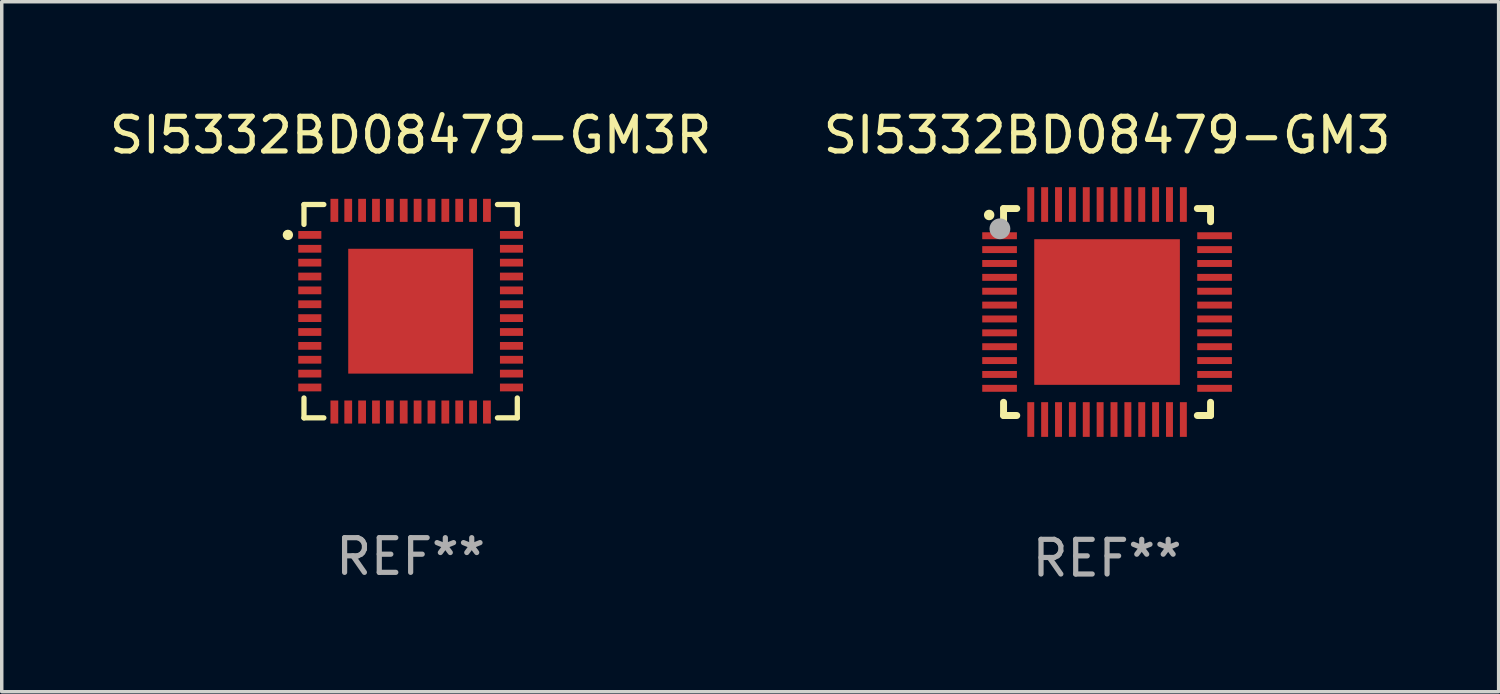
<source format=kicad_pcb>
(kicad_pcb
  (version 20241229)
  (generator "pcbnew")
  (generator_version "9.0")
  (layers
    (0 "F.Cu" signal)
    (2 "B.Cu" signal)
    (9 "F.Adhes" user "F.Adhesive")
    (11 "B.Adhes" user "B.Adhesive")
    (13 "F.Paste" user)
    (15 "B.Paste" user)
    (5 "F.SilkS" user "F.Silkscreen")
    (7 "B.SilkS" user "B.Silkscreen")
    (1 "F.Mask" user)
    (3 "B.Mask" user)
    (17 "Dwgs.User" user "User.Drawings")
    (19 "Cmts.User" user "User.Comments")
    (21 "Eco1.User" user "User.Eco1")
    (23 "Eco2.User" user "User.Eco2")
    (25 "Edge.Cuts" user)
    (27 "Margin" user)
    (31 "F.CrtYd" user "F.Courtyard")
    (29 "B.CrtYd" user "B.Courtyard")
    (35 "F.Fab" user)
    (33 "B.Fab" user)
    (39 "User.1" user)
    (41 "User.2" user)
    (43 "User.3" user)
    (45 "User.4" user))
  (footprint "SI5332BD08479-GM3R"
    (layer "F.Cu")
    (at 8.792 5.924)
    (property "Reference" "SI5332BD08479-GM3R" (at 0 -5.076 0) (layer "F.SilkS") (effects (font (size 1 1) (thickness 0.15))))
    (attr through_hole)
    (fp_line (start -3.076 -3.076) (end -3.076 -2.503) (stroke (width 0.152) (type solid)) (layer "F.SilkS"))
    (fp_line (start -3.076 3.076) (end -3.076 2.503) (stroke (width 0.152) (type solid)) (layer "F.SilkS"))
    (fp_line (start -2.503 -3.076) (end -3.076 -3.076) (stroke (width 0.152) (type solid)) (layer "F.SilkS"))
    (fp_line (start -2.503 3.076) (end -3.076 3.076) (stroke (width 0.152) (type solid)) (layer "F.SilkS"))
    (fp_line (start 2.503 -3.076) (end 3.076 -3.076) (stroke (width 0.152) (type solid)) (layer "F.SilkS"))
    (fp_line (start 2.503 3.076) (end 3.076 3.076) (stroke (width 0.152) (type solid)) (layer "F.SilkS"))
    (fp_line (start 3.076 -3.076) (end 3.076 -2.503) (stroke (width 0.152) (type solid)) (layer "F.SilkS"))
    (fp_line (start 3.076 3.076) (end 3.076 2.503) (stroke (width 0.152) (type solid)) (layer "F.SilkS"))
    (fp_circle (center -3.54 -2.2) (end -3.465 -2.2) (stroke (width 0.15) (type solid)) (fill no) (layer "F.SilkS"))
    (fp_text user "REF**" (at 0 7.076 0) (layer "F.Fab") (effects (font (size 1 1) (thickness 0.15))))
    (pad "1" smd rect (at -2.908 -2.2) (size 0.665 0.224) (layers "F.Cu" "F.Mask" "F.Paste"))
    (pad "2" smd rect (at -2.908 -1.8) (size 0.665 0.224) (layers "F.Cu" "F.Mask" "F.Paste"))
    (pad "3" smd rect (at -2.908 -1.4) (size 0.665 0.224) (layers "F.Cu" "F.Mask" "F.Paste"))
    (pad "4" smd rect (at -2.908 -1) (size 0.665 0.224) (layers "F.Cu" "F.Mask" "F.Paste"))
    (pad "5" smd rect (at -2.908 -0.6) (size 0.665 0.224) (layers "F.Cu" "F.Mask" "F.Paste"))
    (pad "6" smd rect (at -2.908 -0.2) (size 0.665 0.224) (layers "F.Cu" "F.Mask" "F.Paste"))
    (pad "7" smd rect (at -2.908 0.2) (size 0.665 0.224) (layers "F.Cu" "F.Mask" "F.Paste"))
    (pad "8" smd rect (at -2.908 0.6) (size 0.665 0.224) (layers "F.Cu" "F.Mask" "F.Paste"))
    (pad "9" smd rect (at -2.908 1) (size 0.665 0.224) (layers "F.Cu" "F.Mask" "F.Paste"))
    (pad "10" smd rect (at -2.908 1.4) (size 0.665 0.224) (layers "F.Cu" "F.Mask" "F.Paste"))
    (pad "11" smd rect (at -2.908 1.8) (size 0.665 0.224) (layers "F.Cu" "F.Mask" "F.Paste"))
    (pad "12" smd rect (at -2.908 2.2) (size 0.665 0.224) (layers "F.Cu" "F.Mask" "F.Paste"))
    (pad "13" smd rect (at -2.2 2.908) (size 0.224 0.665) (layers "F.Cu" "F.Mask" "F.Paste"))
    (pad "14" smd rect (at -1.8 2.908) (size 0.224 0.665) (layers "F.Cu" "F.Mask" "F.Paste"))
    (pad "15" smd rect (at -1.4 2.908) (size 0.224 0.665) (layers "F.Cu" "F.Mask" "F.Paste"))
    (pad "16" smd rect (at -1 2.908) (size 0.224 0.665) (layers "F.Cu" "F.Mask" "F.Paste"))
    (pad "17" smd rect (at -0.6 2.908) (size 0.224 0.665) (layers "F.Cu" "F.Mask" "F.Paste"))
    (pad "18" smd rect (at -0.2 2.908) (size 0.224 0.665) (layers "F.Cu" "F.Mask" "F.Paste"))
    (pad "19" smd rect (at 0.2 2.908) (size 0.224 0.665) (layers "F.Cu" "F.Mask" "F.Paste"))
    (pad "20" smd rect (at 0.6 2.908) (size 0.224 0.665) (layers "F.Cu" "F.Mask" "F.Paste"))
    (pad "21" smd rect (at 1 2.908) (size 0.224 0.665) (layers "F.Cu" "F.Mask" "F.Paste"))
    (pad "22" smd rect (at 1.4 2.908) (size 0.224 0.665) (layers "F.Cu" "F.Mask" "F.Paste"))
    (pad "23" smd rect (at 1.8 2.908) (size 0.224 0.665) (layers "F.Cu" "F.Mask" "F.Paste"))
    (pad "24" smd rect (at 2.2 2.908) (size 0.224 0.665) (layers "F.Cu" "F.Mask" "F.Paste"))
    (pad "25" smd rect (at 2.908 2.2) (size 0.665 0.224) (layers "F.Cu" "F.Mask" "F.Paste"))
    (pad "26" smd rect (at 2.908 1.8) (size 0.665 0.224) (layers "F.Cu" "F.Mask" "F.Paste"))
    (pad "27" smd rect (at 2.908 1.4) (size 0.665 0.224) (layers "F.Cu" "F.Mask" "F.Paste"))
    (pad "28" smd rect (at 2.908 1) (size 0.665 0.224) (layers "F.Cu" "F.Mask" "F.Paste"))
    (pad "29" smd rect (at 2.908 0.6) (size 0.665 0.224) (layers "F.Cu" "F.Mask" "F.Paste"))
    (pad "30" smd rect (at 2.908 0.2) (size 0.665 0.224) (layers "F.Cu" "F.Mask" "F.Paste"))
    (pad "31" smd rect (at 2.908 -0.2) (size 0.665 0.224) (layers "F.Cu" "F.Mask" "F.Paste"))
    (pad "32" smd rect (at 2.908 -0.6) (size 0.665 0.224) (layers "F.Cu" "F.Mask" "F.Paste"))
    (pad "33" smd rect (at 2.908 -1) (size 0.665 0.224) (layers "F.Cu" "F.Mask" "F.Paste"))
    (pad "34" smd rect (at 2.908 -1.4) (size 0.665 0.224) (layers "F.Cu" "F.Mask" "F.Paste"))
    (pad "35" smd rect (at 2.908 -1.8) (size 0.665 0.224) (layers "F.Cu" "F.Mask" "F.Paste"))
    (pad "36" smd rect (at 2.908 -2.2) (size 0.665 0.224) (layers "F.Cu" "F.Mask" "F.Paste"))
    (pad "37" smd rect (at 2.2 -2.908) (size 0.224 0.665) (layers "F.Cu" "F.Mask" "F.Paste"))
    (pad "38" smd rect (at 1.8 -2.908) (size 0.224 0.665) (layers "F.Cu" "F.Mask" "F.Paste"))
    (pad "39" smd rect (at 1.4 -2.908) (size 0.224 0.665) (layers "F.Cu" "F.Mask" "F.Paste"))
    (pad "40" smd rect (at 1 -2.908) (size 0.224 0.665) (layers "F.Cu" "F.Mask" "F.Paste"))
    (pad "41" smd rect (at 0.6 -2.908) (size 0.224 0.665) (layers "F.Cu" "F.Mask" "F.Paste"))
    (pad "42" smd rect (at 0.2 -2.908) (size 0.224 0.665) (layers "F.Cu" "F.Mask" "F.Paste"))
    (pad "43" smd rect (at -0.2 -2.908) (size 0.224 0.665) (layers "F.Cu" "F.Mask" "F.Paste"))
    (pad "44" smd rect (at -0.6 -2.908) (size 0.224 0.665) (layers "F.Cu" "F.Mask" "F.Paste"))
    (pad "45" smd rect (at -1 -2.908) (size 0.224 0.665) (layers "F.Cu" "F.Mask" "F.Paste"))
    (pad "46" smd rect (at -1.4 -2.908) (size 0.224 0.665) (layers "F.Cu" "F.Mask" "F.Paste"))
    (pad "47" smd rect (at -1.8 -2.908) (size 0.224 0.665) (layers "F.Cu" "F.Mask" "F.Paste"))
    (pad "48" smd rect (at -2.2 -2.908) (size 0.224 0.665) (layers "F.Cu" "F.Mask" "F.Paste"))
    (pad "49" smd rect (at 0 0) (size 3.6 3.6) (layers "F.Cu" "F.Mask" "F.Paste")))
  (footprint "SI5332BD08479-GM3"
    (layer "F.Cu")
    (at 28.875 5.948)
    (property "Reference" "SI5332BD08479-GM3" (at 0 -5.1 0) (layer "F.SilkS") (effects (font (size 1 1) (thickness 0.15))))
    (attr through_hole)
    (fp_line (start -2.985 -2.985) (end -2.604 -2.985) (stroke (width 0.2) (type solid)) (layer "F.SilkS"))
    (fp_line (start -2.985 -2.604) (end -2.985 -2.985) (stroke (width 0.2) (type solid)) (layer "F.SilkS"))
    (fp_line (start -2.985 2.984) (end -2.985 2.603) (stroke (width 0.2) (type solid)) (layer "F.SilkS"))
    (fp_line (start -2.604 2.984) (end -2.985 2.984) (stroke (width 0.2) (type solid)) (layer "F.SilkS"))
    (fp_line (start 2.603 -2.985) (end 2.984 -2.985) (stroke (width 0.2) (type solid)) (layer "F.SilkS"))
    (fp_line (start 2.984 -2.985) (end 2.984 -2.604) (stroke (width 0.2) (type solid)) (layer "F.SilkS"))
    (fp_line (start 2.984 2.603) (end 2.984 2.984) (stroke (width 0.2) (type solid)) (layer "F.SilkS"))
    (fp_line (start 2.984 2.984) (end 2.603 2.984) (stroke (width 0.2) (type solid)) (layer "F.SilkS"))
    (fp_arc (start -3.400076 -2.797562) (mid -3.400081 -2.798806) (end -3.400076 -2.800051) (stroke (width 0.3) (type solid)) (layer "F.SilkS"))
    (fp_circle (center -3 -3) (end -2.97 -3) (stroke (width 0.06) (type solid)) (fill no) (layer "F.SilkS"))
    (fp_circle (center -3.09 -2.4) (end -2.94 -2.4) (stroke (width 0.3) (type solid)) (fill no) (layer "F.Fab"))
    (fp_text user "REF**" (at 0 7.1 0) (layer "F.Fab") (effects (font (size 1 1) (thickness 0.15))))
    (pad "1" smd rect (at -3.1 -2.2) (size 1 0.2) (layers "F.Cu" "F.Mask" "F.Paste"))
    (pad "2" smd rect (at -3.1 -1.8) (size 1 0.2) (layers "F.Cu" "F.Mask" "F.Paste"))
    (pad "3" smd rect (at -3.1 -1.4) (size 1 0.2) (layers "F.Cu" "F.Mask" "F.Paste"))
    (pad "4" smd rect (at -3.1 -1) (size 1 0.2) (layers "F.Cu" "F.Mask" "F.Paste"))
    (pad "5" smd rect (at -3.1 -0.6) (size 1 0.2) (layers "F.Cu" "F.Mask" "F.Paste"))
    (pad "6" smd rect (at -3.1 -0.2) (size 1 0.2) (layers "F.Cu" "F.Mask" "F.Paste"))
    (pad "7" smd rect (at -3.1 0.2) (size 1 0.2) (layers "F.Cu" "F.Mask" "F.Paste"))
    (pad "8" smd rect (at -3.1 0.6) (size 1 0.2) (layers "F.Cu" "F.Mask" "F.Paste"))
    (pad "9" smd rect (at -3.1 1) (size 1 0.2) (layers "F.Cu" "F.Mask" "F.Paste"))
    (pad "10" smd rect (at -3.1 1.4) (size 1 0.2) (layers "F.Cu" "F.Mask" "F.Paste"))
    (pad "11" smd rect (at -3.1 1.8) (size 1 0.2) (layers "F.Cu" "F.Mask" "F.Paste"))
    (pad "12" smd rect (at -3.1 2.2) (size 1 0.2) (layers "F.Cu" "F.Mask" "F.Paste"))
    (pad "13" smd rect (at -2.2 3.1) (size 0.2 1) (layers "F.Cu" "F.Mask" "F.Paste"))
    (pad "14" smd rect (at -1.8 3.1) (size 0.2 1) (layers "F.Cu" "F.Mask" "F.Paste"))
    (pad "15" smd rect (at -1.4 3.1) (size 0.2 1) (layers "F.Cu" "F.Mask" "F.Paste"))
    (pad "16" smd rect (at -1 3.1) (size 0.2 1) (layers "F.Cu" "F.Mask" "F.Paste"))
    (pad "17" smd rect (at -0.6 3.1) (size 0.2 1) (layers "F.Cu" "F.Mask" "F.Paste"))
    (pad "18" smd rect (at -0.2 3.1) (size 0.2 1) (layers "F.Cu" "F.Mask" "F.Paste"))
    (pad "19" smd rect (at 0.2 3.1) (size 0.2 1) (layers "F.Cu" "F.Mask" "F.Paste"))
    (pad "20" smd rect (at 0.6 3.1) (size 0.2 1) (layers "F.Cu" "F.Mask" "F.Paste"))
    (pad "21" smd rect (at 1 3.1) (size 0.2 1) (layers "F.Cu" "F.Mask" "F.Paste"))
    (pad "22" smd rect (at 1.4 3.1) (size 0.2 1) (layers "F.Cu" "F.Mask" "F.Paste"))
    (pad "23" smd rect (at 1.8 3.1) (size 0.2 1) (layers "F.Cu" "F.Mask" "F.Paste"))
    (pad "24" smd rect (at 2.2 3.1) (size 0.2 1) (layers "F.Cu" "F.Mask" "F.Paste"))
    (pad "25" smd rect (at 3.1 2.2) (size 1 0.2) (layers "F.Cu" "F.Mask" "F.Paste"))
    (pad "26" smd rect (at 3.1 1.8) (size 1 0.2) (layers "F.Cu" "F.Mask" "F.Paste"))
    (pad "27" smd rect (at 3.1 1.4) (size 1 0.2) (layers "F.Cu" "F.Mask" "F.Paste"))
    (pad "28" smd rect (at 3.1 1) (size 1 0.2) (layers "F.Cu" "F.Mask" "F.Paste"))
    (pad "29" smd rect (at 3.1 0.6) (size 1 0.2) (layers "F.Cu" "F.Mask" "F.Paste"))
    (pad "30" smd rect (at 3.1 0.2) (size 1 0.2) (layers "F.Cu" "F.Mask" "F.Paste"))
    (pad "31" smd rect (at 3.1 -0.2) (size 1 0.2) (layers "F.Cu" "F.Mask" "F.Paste"))
    (pad "32" smd rect (at 3.1 -0.6) (size 1 0.2) (layers "F.Cu" "F.Mask" "F.Paste"))
    (pad "33" smd rect (at 3.1 -1) (size 1 0.2) (layers "F.Cu" "F.Mask" "F.Paste"))
    (pad "34" smd rect (at 3.1 -1.4) (size 1 0.2) (layers "F.Cu" "F.Mask" "F.Paste"))
    (pad "35" smd rect (at 3.1 -1.8) (size 1 0.2) (layers "F.Cu" "F.Mask" "F.Paste"))
    (pad "36" smd rect (at 3.1 -2.2) (size 1 0.2) (layers "F.Cu" "F.Mask" "F.Paste"))
    (pad "37" smd rect (at 2.2 -3.1) (size 0.2 1) (layers "F.Cu" "F.Mask" "F.Paste"))
    (pad "38" smd rect (at 1.8 -3.1) (size 0.2 1) (layers "F.Cu" "F.Mask" "F.Paste"))
    (pad "39" smd rect (at 1.4 -3.1) (size 0.2 1) (layers "F.Cu" "F.Mask" "F.Paste"))
    (pad "40" smd rect (at 1 -3.1) (size 0.2 1) (layers "F.Cu" "F.Mask" "F.Paste"))
    (pad "41" smd rect (at 0.6 -3.1) (size 0.2 1) (layers "F.Cu" "F.Mask" "F.Paste"))
    (pad "42" smd rect (at 0.2 -3.1) (size 0.2 1) (layers "F.Cu" "F.Mask" "F.Paste"))
    (pad "43" smd rect (at -0.2 -3.1) (size 0.2 1) (layers "F.Cu" "F.Mask" "F.Paste"))
    (pad "44" smd rect (at -0.6 -3.1) (size 0.2 1) (layers "F.Cu" "F.Mask" "F.Paste"))
    (pad "45" smd rect (at -1 -3.1) (size 0.2 1) (layers "F.Cu" "F.Mask" "F.Paste"))
    (pad "46" smd rect (at -1.4 -3.1) (size 0.2 1) (layers "F.Cu" "F.Mask" "F.Paste"))
    (pad "47" smd rect (at -1.8 -3.1) (size 0.2 1) (layers "F.Cu" "F.Mask" "F.Paste"))
    (pad "48" smd rect (at -2.2 -3.1) (size 0.2 1) (layers "F.Cu" "F.Mask" "F.Paste"))
    (pad "49" smd rect (at -0.000127 0) (size 4.2 4.2) (layers "F.Cu" "F.Mask" "F.Paste")))
  (gr_rect
    (start -3 -3)
    (end 40.167 16.897)
    (stroke (width 0.1) (type default))
    (fill no)
    (layer "Edge.Cuts")))
</source>
